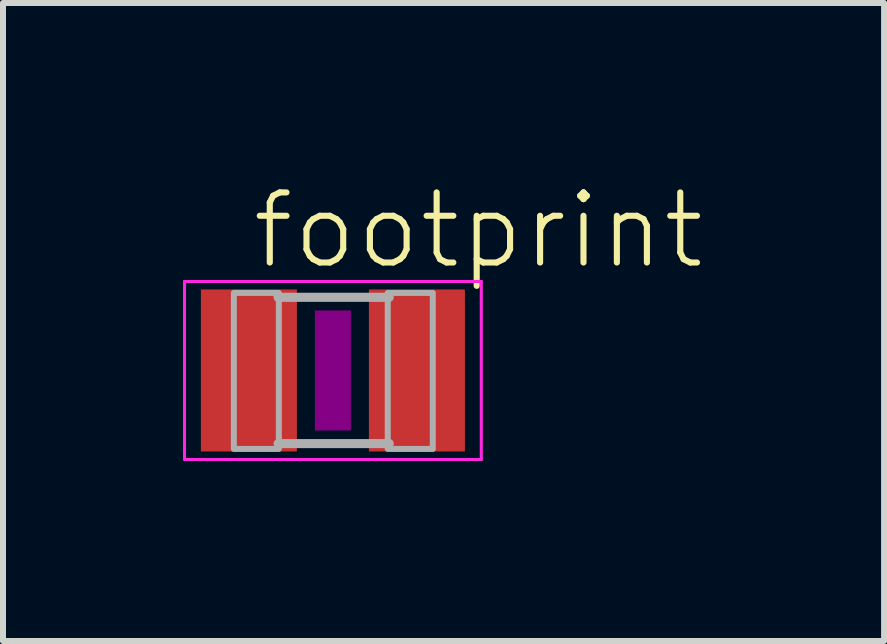
<source format=kicad_pcb>
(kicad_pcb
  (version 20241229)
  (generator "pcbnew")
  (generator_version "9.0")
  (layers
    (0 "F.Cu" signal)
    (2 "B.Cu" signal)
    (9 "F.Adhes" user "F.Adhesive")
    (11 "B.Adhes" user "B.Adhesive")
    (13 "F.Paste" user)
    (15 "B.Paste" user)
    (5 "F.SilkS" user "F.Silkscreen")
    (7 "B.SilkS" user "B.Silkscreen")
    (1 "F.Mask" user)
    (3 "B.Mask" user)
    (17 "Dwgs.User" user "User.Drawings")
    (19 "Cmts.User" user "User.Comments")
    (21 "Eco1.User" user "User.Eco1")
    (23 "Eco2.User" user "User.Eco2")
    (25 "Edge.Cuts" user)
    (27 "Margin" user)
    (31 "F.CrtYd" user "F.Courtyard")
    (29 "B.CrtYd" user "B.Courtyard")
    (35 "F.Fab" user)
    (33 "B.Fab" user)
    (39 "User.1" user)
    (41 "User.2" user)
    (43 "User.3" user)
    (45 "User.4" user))
  (footprint "footprint"
    (layer "F.Cu")
    (at 2.498 3.124)
    (property "Reference" "footprint" (at -1.397 -1.651 0) (layer "F.SilkS") (effects (font (size 1.168 1.168) (thickness 0.102)) (justify left bottom)))
    (fp_poly (pts (xy -0.3 1) (xy 0.3 1) (xy 0.3 -1) (xy -0.3 -1)) (stroke (width 0) (type solid)) (fill yes) (layer "F.Adhes"))
    (fp_line (start -2.473 -1.483) (end 2.473 -1.483) (stroke (width 0.051) (type solid)) (layer "F.CrtYd"))
    (fp_line (start -2.473 1.483) (end -2.473 -1.483) (stroke (width 0.051) (type solid)) (layer "F.CrtYd"))
    (fp_line (start 2.473 -1.483) (end 2.473 1.483) (stroke (width 0.051) (type solid)) (layer "F.CrtYd"))
    (fp_line (start 2.473 1.483) (end -2.473 1.483) (stroke (width 0.051) (type solid)) (layer "F.CrtYd"))
    (fp_line (start -0.913 -1.219) (end 0.939 -1.219) (stroke (width 0.152) (type solid)) (layer "F.Fab"))
    (fp_line (start -0.913 1.219) (end 0.939 1.219) (stroke (width 0.152) (type solid)) (layer "F.Fab"))
    (fp_poly (pts (xy -1.651 1.308) (xy -0.901 1.308) (xy -0.901 -1.292) (xy -1.651 -1.292)) (stroke (width 0.1) (type solid)) (fill no) (layer "F.Fab"))
    (fp_poly (pts (xy 0.914 1.308) (xy 1.665 1.308) (xy 1.665 -1.292) (xy 0.914 -1.292)) (stroke (width 0.1) (type solid)) (fill no) (layer "F.Fab"))
    (pad "1" smd rect (at -1.4 0) (size 1.6 2.7) (layers "F.Cu" "F.Mask" "F.Paste"))
    (pad "2" smd rect (at 1.4 0) (size 1.6 2.7) (layers "F.Cu" "F.Mask" "F.Paste")))
  (gr_rect
    (start -3 -3)
    (end 11.684 7.633)
    (stroke (width 0.1) (type default))
    (fill no)
    (layer "Edge.Cuts")))
</source>
